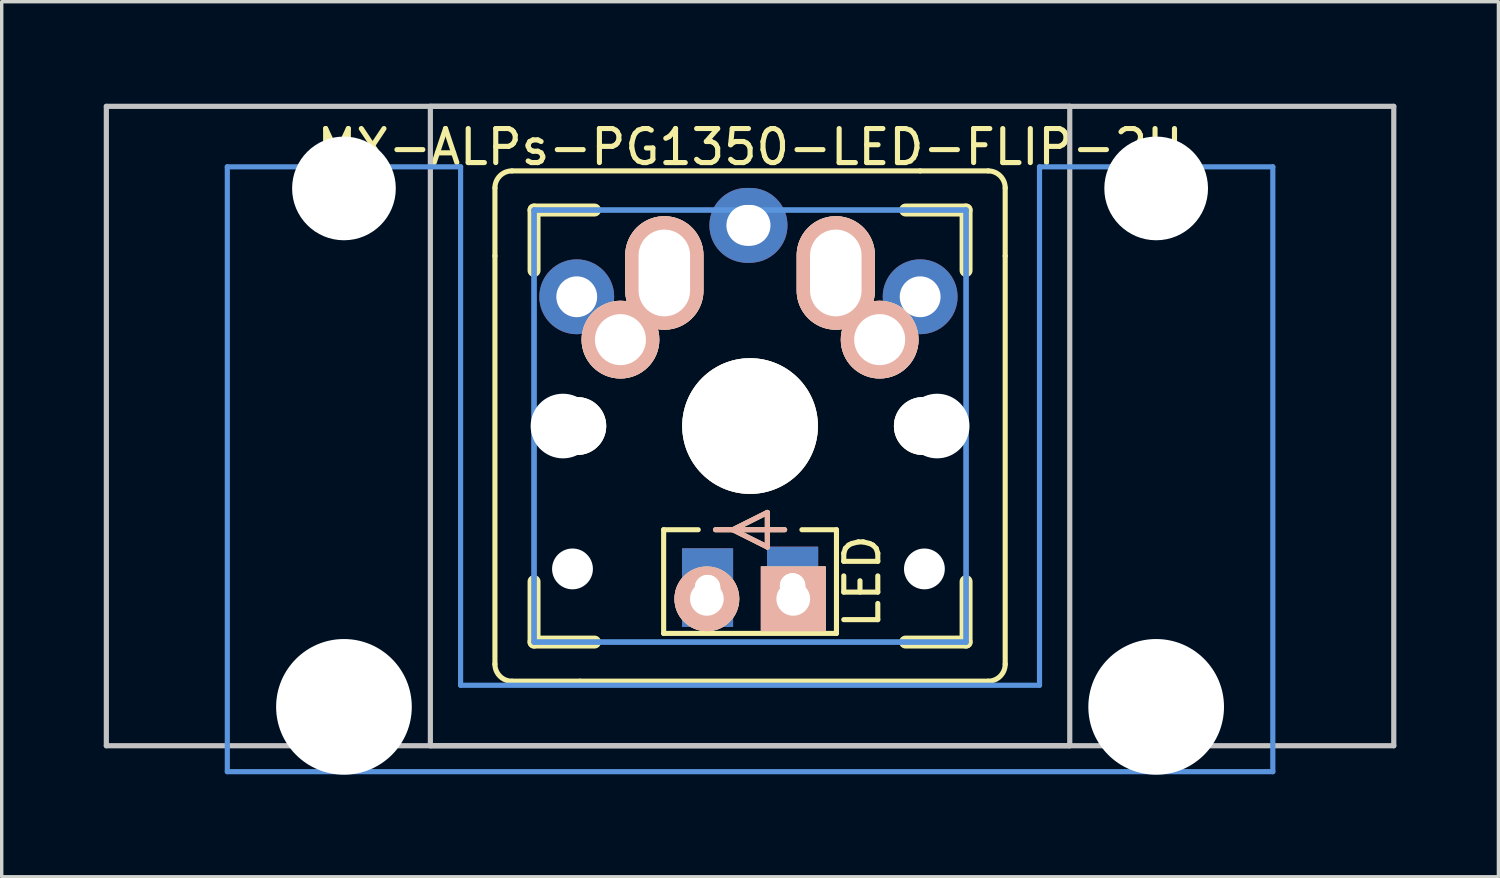
<source format=kicad_pcb>
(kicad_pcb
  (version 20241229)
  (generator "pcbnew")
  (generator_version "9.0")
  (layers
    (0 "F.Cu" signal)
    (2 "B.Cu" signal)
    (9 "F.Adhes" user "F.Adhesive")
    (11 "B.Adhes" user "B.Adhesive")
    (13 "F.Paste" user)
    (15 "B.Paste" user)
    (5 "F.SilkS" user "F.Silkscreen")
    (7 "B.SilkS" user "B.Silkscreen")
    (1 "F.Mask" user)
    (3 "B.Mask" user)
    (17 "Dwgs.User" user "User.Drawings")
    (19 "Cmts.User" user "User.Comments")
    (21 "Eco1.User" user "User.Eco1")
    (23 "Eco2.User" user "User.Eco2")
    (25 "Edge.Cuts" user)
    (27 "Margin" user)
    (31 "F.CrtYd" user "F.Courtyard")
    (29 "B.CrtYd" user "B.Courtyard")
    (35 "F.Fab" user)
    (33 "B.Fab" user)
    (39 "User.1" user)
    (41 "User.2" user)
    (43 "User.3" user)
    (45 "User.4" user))
  (footprint "MX-ALPs-PG1350-LED-FLIP-2U"
    (layer "F.Cu")
    (at 18.999 9.474)
    (property "Reference" "MX-ALPs-PG1350-LED-FLIP-2U" (at 0 -8.2 0) (layer "F.SilkS") (effects (font (size 1 1) (thickness 0.15))))
    (attr through_hole)
    (fp_line (start -7.5 -7) (end -7.5 -5) (stroke (width 0.15) (type solid)) (layer "F.SilkS"))
    (fp_line (start -7.5 7) (end -7.5 -5) (stroke (width 0.15) (type solid)) (layer "F.SilkS"))
    (fp_line (start -7 -7.5) (end 5 -7.5) (stroke (width 0.15) (type solid)) (layer "F.SilkS"))
    (fp_line (start -7 7.5) (end -5 7.5) (stroke (width 0.15) (type solid)) (layer "F.SilkS"))
    (fp_line (start -6.35 -6.35) (end -4.572 -6.35) (stroke (width 0.381) (type solid)) (layer "F.SilkS"))
    (fp_line (start -6.35 -4.572) (end -6.35 -6.35) (stroke (width 0.381) (type solid)) (layer "F.SilkS"))
    (fp_line (start -6.35 6.35) (end -6.35 4.572) (stroke (width 0.381) (type solid)) (layer "F.SilkS"))
    (fp_line (start -4.572 6.35) (end -6.35 6.35) (stroke (width 0.381) (type solid)) (layer "F.SilkS"))
    (fp_line (start -2.54 3.048) (end -2.54 6.096) (stroke (width 0.15) (type solid)) (layer "F.SilkS"))
    (fp_line (start -2.54 3.048) (end -1.524 3.048) (stroke (width 0.15) (type solid)) (layer "F.SilkS"))
    (fp_line (start -2.54 6.096) (end 2.54 6.096) (stroke (width 0.15) (type solid)) (layer "F.SilkS"))
    (fp_line (start -1.016 3.048) (end 1.016 3.048) (stroke (width 0.15) (type solid)) (layer "F.SilkS"))
    (fp_line (start -0.508 3.048) (end 0.508 2.54) (stroke (width 0.15) (type solid)) (layer "F.SilkS"))
    (fp_line (start 0.508 2.54) (end 0.508 3.556) (stroke (width 0.15) (type solid)) (layer "F.SilkS"))
    (fp_line (start 0.508 3.556) (end -0.508 3.048) (stroke (width 0.15) (type solid)) (layer "F.SilkS"))
    (fp_line (start 1.524 3.048) (end 2.54 3.048) (stroke (width 0.15) (type solid)) (layer "F.SilkS"))
    (fp_line (start 2.54 3.048) (end 2.54 6.096) (stroke (width 0.15) (type solid)) (layer "F.SilkS"))
    (fp_line (start 4.572 -6.35) (end 6.35 -6.35) (stroke (width 0.381) (type solid)) (layer "F.SilkS"))
    (fp_line (start 6.35 -6.35) (end 6.35 -4.572) (stroke (width 0.381) (type solid)) (layer "F.SilkS"))
    (fp_line (start 6.35 4.572) (end 6.35 6.35) (stroke (width 0.381) (type solid)) (layer "F.SilkS"))
    (fp_line (start 6.35 6.35) (end 4.572 6.35) (stroke (width 0.381) (type solid)) (layer "F.SilkS"))
    (fp_line (start 7 -7.5) (end 5 -7.5) (stroke (width 0.15) (type solid)) (layer "F.SilkS"))
    (fp_line (start 7 7.5) (end -5 7.5) (stroke (width 0.15) (type solid)) (layer "F.SilkS"))
    (fp_line (start 7.5 -7) (end 7.5 -5) (stroke (width 0.15) (type solid)) (layer "F.SilkS"))
    (fp_line (start 7.5 7) (end 7.5 -5) (stroke (width 0.15) (type solid)) (layer "F.SilkS"))
    (fp_arc (start -7.5 -7) (mid -7.353553 -7.353553) (end -7 -7.5) (stroke (width 0.15) (type solid)) (layer "F.SilkS"))
    (fp_arc (start -7 7.5) (mid -7.353553 7.353553) (end -7.5 7) (stroke (width 0.15) (type solid)) (layer "F.SilkS"))
    (fp_arc (start 7 -7.5) (mid 7.353553 -7.353553) (end 7.5 -7) (stroke (width 0.15) (type solid)) (layer "F.SilkS"))
    (fp_arc (start 7.5 7) (mid 7.353553 7.353553) (end 7 7.5) (stroke (width 0.15) (type solid)) (layer "F.SilkS"))
    (fp_line (start -1.016 3.048) (end 1.016 3.048) (stroke (width 0.15) (type solid)) (layer "B.SilkS"))
    (fp_line (start -0.508 3.048) (end 0.508 2.54) (stroke (width 0.15) (type solid)) (layer "B.SilkS"))
    (fp_line (start 0.508 2.54) (end 0.508 3.556) (stroke (width 0.15) (type solid)) (layer "B.SilkS"))
    (fp_line (start 0.508 3.556) (end -0.508 3.048) (stroke (width 0.15) (type solid)) (layer "B.SilkS"))
    (fp_line (start -18.923 -9.398) (end 18.923 -9.398) (stroke (width 0.152) (type solid)) (layer "Dwgs.User"))
    (fp_line (start -18.923 9.398) (end -18.923 -9.398) (stroke (width 0.152) (type solid)) (layer "Dwgs.User"))
    (fp_line (start -9.398 -9.398) (end 9.398 -9.398) (stroke (width 0.152) (type solid)) (layer "Dwgs.User"))
    (fp_line (start -9.398 9.398) (end -9.398 -9.398) (stroke (width 0.152) (type solid)) (layer "Dwgs.User"))
    (fp_line (start 9.398 -9.398) (end 9.398 9.398) (stroke (width 0.152) (type solid)) (layer "Dwgs.User"))
    (fp_line (start 9.398 9.398) (end -9.398 9.398) (stroke (width 0.152) (type solid)) (layer "Dwgs.User"))
    (fp_line (start 18.923 -9.398) (end 18.923 9.398) (stroke (width 0.152) (type solid)) (layer "Dwgs.User"))
    (fp_line (start 18.923 9.398) (end -18.923 9.398) (stroke (width 0.152) (type solid)) (layer "Dwgs.User"))
    (fp_line (start -15.367 -7.62) (end -15.367 10.16) (stroke (width 0.152) (type solid)) (layer "Cmts.User"))
    (fp_line (start -15.367 10.16) (end 15.367 10.16) (stroke (width 0.152) (type solid)) (layer "Cmts.User"))
    (fp_line (start -8.509 -7.62) (end -15.367 -7.62) (stroke (width 0.152) (type solid)) (layer "Cmts.User"))
    (fp_line (start -8.509 7.62) (end -8.509 -7.62) (stroke (width 0.152) (type solid)) (layer "Cmts.User"))
    (fp_line (start -6.35 -6.35) (end 6.35 -6.35) (stroke (width 0.152) (type solid)) (layer "Cmts.User"))
    (fp_line (start -6.35 -6.35) (end 6.35 -6.35) (stroke (width 0.152) (type solid)) (layer "Cmts.User"))
    (fp_line (start -6.35 6.35) (end -6.35 -6.35) (stroke (width 0.152) (type solid)) (layer "Cmts.User"))
    (fp_line (start -6.35 6.35) (end -6.35 -6.35) (stroke (width 0.152) (type solid)) (layer "Cmts.User"))
    (fp_line (start 6.35 -6.35) (end 6.35 6.35) (stroke (width 0.152) (type solid)) (layer "Cmts.User"))
    (fp_line (start 6.35 -6.35) (end 6.35 6.35) (stroke (width 0.152) (type solid)) (layer "Cmts.User"))
    (fp_line (start 6.35 6.35) (end -6.35 6.35) (stroke (width 0.152) (type solid)) (layer "Cmts.User"))
    (fp_line (start 6.35 6.35) (end -6.35 6.35) (stroke (width 0.152) (type solid)) (layer "Cmts.User"))
    (fp_line (start 8.509 -7.62) (end 8.509 7.62) (stroke (width 0.152) (type solid)) (layer "Cmts.User"))
    (fp_line (start 8.509 7.62) (end -8.509 7.62) (stroke (width 0.152) (type solid)) (layer "Cmts.User"))
    (fp_line (start 15.367 -7.62) (end 8.509 -7.62) (stroke (width 0.152) (type solid)) (layer "Cmts.User"))
    (fp_line (start 15.367 10.16) (end 15.367 -7.62) (stroke (width 0.152) (type solid)) (layer "Cmts.User"))
    (fp_line (start -16.129 -2.286) (end -15.265 -2.286) (stroke (width 0.152) (type solid)) (layer "Eco2.User"))
    (fp_line (start -16.129 0.508) (end -16.129 -2.286) (stroke (width 0.152) (type solid)) (layer "Eco2.User"))
    (fp_line (start -15.265 -5.69) (end -8.611 -5.69) (stroke (width 0.152) (type solid)) (layer "Eco2.User"))
    (fp_line (start -15.265 -2.286) (end -15.265 -5.69) (stroke (width 0.152) (type solid)) (layer "Eco2.User"))
    (fp_line (start -15.265 0.508) (end -16.129 0.508) (stroke (width 0.152) (type solid)) (layer "Eco2.User"))
    (fp_line (start -15.265 6.604) (end -15.265 0.508) (stroke (width 0.152) (type solid)) (layer "Eco2.User"))
    (fp_line (start -14.224 6.604) (end -15.265 6.604) (stroke (width 0.152) (type solid)) (layer "Eco2.User"))
    (fp_line (start -14.224 7.772) (end -14.224 6.604) (stroke (width 0.152) (type solid)) (layer "Eco2.User"))
    (fp_line (start -9.652 6.604) (end -9.652 7.772) (stroke (width 0.152) (type solid)) (layer "Eco2.User"))
    (fp_line (start -9.652 7.772) (end -14.224 7.772) (stroke (width 0.152) (type solid)) (layer "Eco2.User"))
    (fp_line (start -8.611 -5.69) (end -8.611 -4.877) (stroke (width 0.152) (type solid)) (layer "Eco2.User"))
    (fp_line (start -8.611 -4.877) (end -6.985 -4.877) (stroke (width 0.152) (type solid)) (layer "Eco2.User"))
    (fp_line (start -8.611 5.817) (end -8.611 6.604) (stroke (width 0.152) (type solid)) (layer "Eco2.User"))
    (fp_line (start -8.611 6.604) (end -9.652 6.604) (stroke (width 0.152) (type solid)) (layer "Eco2.User"))
    (fp_line (start -7.798 -6.005) (end -6.985 -6.005) (stroke (width 0.152) (type solid)) (layer "Eco2.User"))
    (fp_line (start -7.798 -2.504) (end -7.798 -6.005) (stroke (width 0.152) (type solid)) (layer "Eco2.User"))
    (fp_line (start -7.798 2.504) (end -6.985 2.504) (stroke (width 0.152) (type solid)) (layer "Eco2.User"))
    (fp_line (start -7.798 6.005) (end -7.798 2.504) (stroke (width 0.152) (type solid)) (layer "Eco2.User"))
    (fp_line (start -6.985 -6.985) (end 6.985 -6.985) (stroke (width 0.152) (type solid)) (layer "Eco2.User"))
    (fp_line (start -6.985 -6.985) (end 6.985 -6.985) (stroke (width 0.152) (type solid)) (layer "Eco2.User"))
    (fp_line (start -6.985 -6.005) (end -6.985 -6.985) (stroke (width 0.152) (type solid)) (layer "Eco2.User"))
    (fp_line (start -6.985 -4.877) (end -6.985 -6.985) (stroke (width 0.152) (type solid)) (layer "Eco2.User"))
    (fp_line (start -6.985 -2.504) (end -7.798 -2.504) (stroke (width 0.152) (type solid)) (layer "Eco2.User"))
    (fp_line (start -6.985 2.504) (end -6.985 -2.504) (stroke (width 0.152) (type solid)) (layer "Eco2.User"))
    (fp_line (start -6.985 5.817) (end -8.611 5.817) (stroke (width 0.152) (type solid)) (layer "Eco2.User"))
    (fp_line (start -6.985 6.005) (end -7.798 6.005) (stroke (width 0.152) (type solid)) (layer "Eco2.User"))
    (fp_line (start -6.985 6.985) (end -6.985 5.817) (stroke (width 0.152) (type solid)) (layer "Eco2.User"))
    (fp_line (start -6.985 6.985) (end -6.985 6.005) (stroke (width 0.152) (type solid)) (layer "Eco2.User"))
    (fp_line (start 6.985 -6.985) (end 6.985 -6.005) (stroke (width 0.152) (type solid)) (layer "Eco2.User"))
    (fp_line (start 6.985 -6.985) (end 6.985 -4.877) (stroke (width 0.152) (type solid)) (layer "Eco2.User"))
    (fp_line (start 6.985 -6.005) (end 7.798 -6.005) (stroke (width 0.152) (type solid)) (layer "Eco2.User"))
    (fp_line (start 6.985 -4.877) (end 8.611 -4.877) (stroke (width 0.152) (type solid)) (layer "Eco2.User"))
    (fp_line (start 6.985 -2.504) (end 6.985 2.504) (stroke (width 0.152) (type solid)) (layer "Eco2.User"))
    (fp_line (start 6.985 2.504) (end 7.798 2.504) (stroke (width 0.152) (type solid)) (layer "Eco2.User"))
    (fp_line (start 6.985 5.817) (end 6.985 6.985) (stroke (width 0.152) (type solid)) (layer "Eco2.User"))
    (fp_line (start 6.985 6.005) (end 6.985 6.985) (stroke (width 0.152) (type solid)) (layer "Eco2.User"))
    (fp_line (start 6.985 6.985) (end -6.985 6.985) (stroke (width 0.152) (type solid)) (layer "Eco2.User"))
    (fp_line (start 6.985 6.985) (end -6.985 6.985) (stroke (width 0.152) (type solid)) (layer "Eco2.User"))
    (fp_line (start 7.798 -6.005) (end 7.798 -2.504) (stroke (width 0.152) (type solid)) (layer "Eco2.User"))
    (fp_line (start 7.798 -2.504) (end 6.985 -2.504) (stroke (width 0.152) (type solid)) (layer "Eco2.User"))
    (fp_line (start 7.798 2.504) (end 7.798 6.005) (stroke (width 0.152) (type solid)) (layer "Eco2.User"))
    (fp_line (start 7.798 6.005) (end 6.985 6.005) (stroke (width 0.152) (type solid)) (layer "Eco2.User"))
    (fp_line (start 8.611 -5.69) (end 15.265 -5.69) (stroke (width 0.152) (type solid)) (layer "Eco2.User"))
    (fp_line (start 8.611 -4.877) (end 8.611 -5.69) (stroke (width 0.152) (type solid)) (layer "Eco2.User"))
    (fp_line (start 8.611 5.817) (end 6.985 5.817) (stroke (width 0.152) (type solid)) (layer "Eco2.User"))
    (fp_line (start 8.611 6.604) (end 8.611 5.817) (stroke (width 0.152) (type solid)) (layer "Eco2.User"))
    (fp_line (start 9.652 6.604) (end 8.611 6.604) (stroke (width 0.152) (type solid)) (layer "Eco2.User"))
    (fp_line (start 9.652 7.772) (end 9.652 6.604) (stroke (width 0.152) (type solid)) (layer "Eco2.User"))
    (fp_line (start 14.224 6.604) (end 14.224 7.772) (stroke (width 0.152) (type solid)) (layer "Eco2.User"))
    (fp_line (start 14.224 7.772) (end 9.652 7.772) (stroke (width 0.152) (type solid)) (layer "Eco2.User"))
    (fp_line (start 15.265 -5.69) (end 15.265 -2.286) (stroke (width 0.152) (type solid)) (layer "Eco2.User"))
    (fp_line (start 15.265 -2.286) (end 16.129 -2.286) (stroke (width 0.152) (type solid)) (layer "Eco2.User"))
    (fp_line (start 15.265 0.508) (end 15.265 6.604) (stroke (width 0.152) (type solid)) (layer "Eco2.User"))
    (fp_line (start 15.265 6.604) (end 14.224 6.604) (stroke (width 0.152) (type solid)) (layer "Eco2.User"))
    (fp_line (start 16.129 -2.286) (end 16.129 0.508) (stroke (width 0.152) (type solid)) (layer "Eco2.User"))
    (fp_line (start 16.129 0.508) (end 15.265 0.508) (stroke (width 0.152) (type solid)) (layer "Eco2.User"))
    (fp_text user "LED" (at 3.3 4.572 270) (layer "F.SilkS") (effects (font (size 1 1) (thickness 0.15))))
    (pad "" np_thru_hole circle (at -11.938 -6.985) (size 3.048 3.048) (drill 3.048) (layers "*.Cu"))
    (pad "" np_thru_hole circle (at -11.938 8.255) (size 3.988 3.988) (drill 3.988) (layers "*.Cu"))
    (pad "" np_thru_hole circle (at -5.5 0 270) (size 1.9 1.9) (drill 1.9) (layers "*.Cu" "*.Mask"))
    (pad "" np_thru_hole circle (at -5.22 4.2 270) (size 1.2 1.2) (drill 1.2) (layers "*.Cu" "*.Mask"))
    (pad "" np_thru_hole circle (at -0.095 0 270) (size 3.4 3.4) (drill 3.4) (layers "*.Cu" "*.Mask"))
    (pad "" np_thru_hole circle (at 0 0 270) (size 3.4 3.4) (drill 3.4) (layers "*.Cu" "*.Mask"))
    (pad "" np_thru_hole circle (at 5.125 4.2 270) (size 1.2 1.2) (drill 1.2) (layers "*.Cu" "*.Mask"))
    (pad "" np_thru_hole circle (at 5.5 0 270) (size 1.9 1.9) (drill 1.9) (layers "*.Cu" "*.Mask"))
    (pad "" np_thru_hole circle (at 11.938 -6.985) (size 3.048 3.048) (drill 3.048) (layers "*.Cu"))
    (pad "" np_thru_hole circle (at 11.938 8.255) (size 3.988 3.988) (drill 3.988) (layers "*.Cu"))
    (pad "1" thru_hole circle (at -0.095 -5.9 270) (size 2.2 2.2) (drill 1.2) (layers "*.Cu" "*.Mask"))
    (pad "1" thru_hole circle (at 0 -5.9 270) (size 2.2 2.2) (drill 1.2) (layers "*.Cu" "*.Mask"))
    (pad "1" thru_hole oval (at 2.52 -4.5) (size 2.3 3.337) (drill oval 1.513 2.55) (layers "*.Cu" "*.SilkS" "*.Mask"))
    (pad "1" thru_hole circle (at 3.81 -2.54) (size 2.286 2.286) (drill 1.499) (layers "*.Cu" "*.SilkS" "*.Mask"))
    (pad "1" thru_hole circle (at 5 -3.8 270) (size 2.2 2.2) (drill 1.2) (layers "*.Cu" "*.Mask"))
    (pad "2" thru_hole circle (at -5.095 -3.8 270) (size 2.2 2.2) (drill 1.2) (layers "*.Cu" "*.Mask"))
    (pad "2" thru_hole circle (at -3.81 -2.54) (size 2.286 2.286) (drill 1.499) (layers "*.Cu" "*.SilkS" "*.Mask"))
    (pad "2" thru_hole oval (at -2.52 -4.5) (size 2.3 3.337) (drill oval 1.513 2.55) (layers "*.Cu" "*.SilkS" "*.Mask"))
    (pad "3" thru_hole circle (at -1.27 5.08) (size 1.905 1.905) (drill 0.991) (layers "*.Cu" "*.SilkS" "*.Mask"))
    (pad "3" thru_hole rect (at -1.25 4.75 270) (size 2.3 1.5) (drill 0.75) (layers "*.Cu" "*.Mask"))
    (pad "3" thru_hole rect (at -1.25 4.75 270) (size 2.3 1.5) (drill 0.75) (layers "*.Cu" "*.Mask"))
    (pad "4" thru_hole rect (at 1.25 4.7 270) (size 2.3 1.5) (drill 0.75) (layers "*.Cu" "*.Mask"))
    (pad "4" thru_hole rect (at 1.25 4.7 270) (size 2.3 1.5) (drill 0.75) (layers "*.Cu" "*.Mask"))
    (pad "4" thru_hole rect (at 1.27 5.08) (size 1.905 1.905) (drill 0.991) (layers "*.Cu" "*.SilkS" "*.Mask"))
    (pad "HOLE" thru_hole circle (at -5.08 0) (size 1.702 1.702) (drill 1.702) (layers "*.Cu" "*.Mask" "F.SilkS"))
    (pad "HOLE" thru_hole circle (at 0 0) (size 3.988 3.988) (drill 3.988) (layers "*.Cu" "*.Mask" "F.SilkS"))
    (pad "HOLE" thru_hole circle (at 5.08 0) (size 1.702 1.702) (drill 1.702) (layers "*.Cu" "*.Mask" "F.SilkS")))
  (gr_rect
    (start -3 -3)
    (end 40.998 22.723)
    (stroke (width 0.1) (type default))
    (fill no)
    (layer "Edge.Cuts")))
</source>
